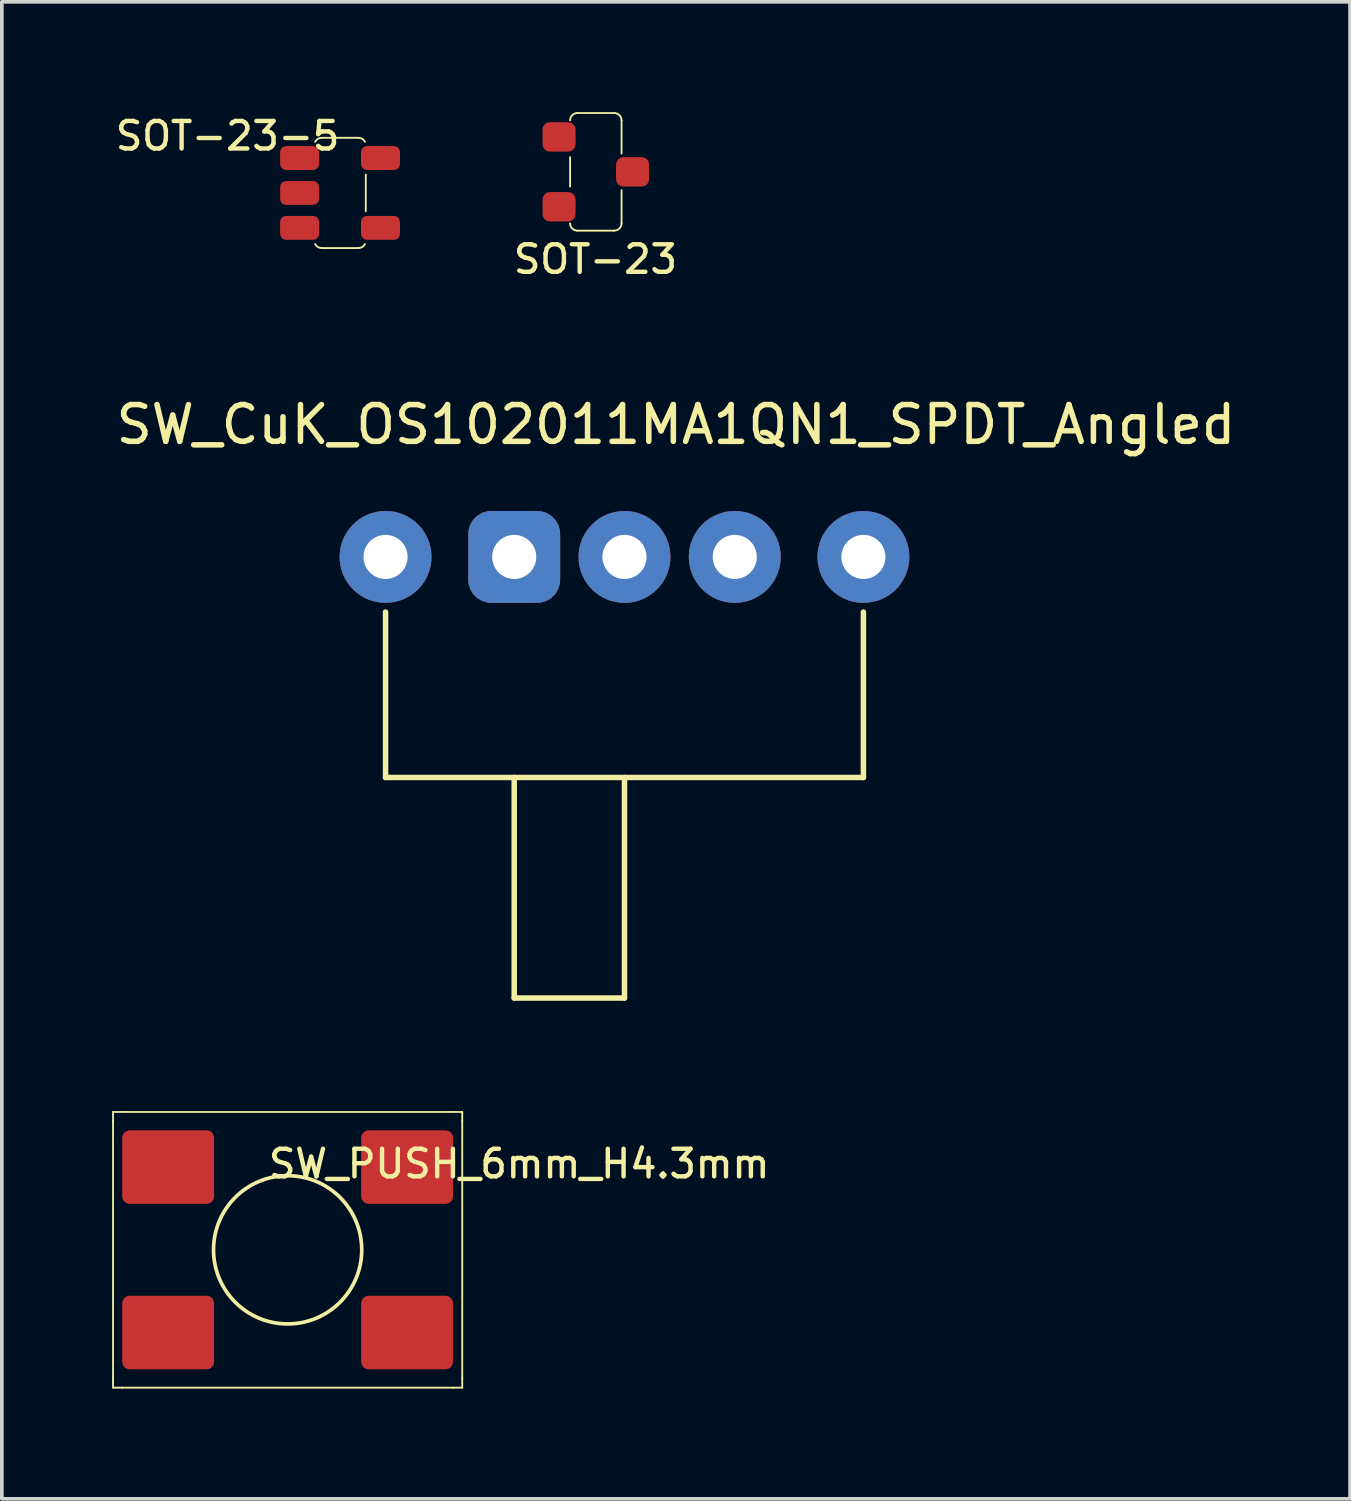
<source format=kicad_pcb>
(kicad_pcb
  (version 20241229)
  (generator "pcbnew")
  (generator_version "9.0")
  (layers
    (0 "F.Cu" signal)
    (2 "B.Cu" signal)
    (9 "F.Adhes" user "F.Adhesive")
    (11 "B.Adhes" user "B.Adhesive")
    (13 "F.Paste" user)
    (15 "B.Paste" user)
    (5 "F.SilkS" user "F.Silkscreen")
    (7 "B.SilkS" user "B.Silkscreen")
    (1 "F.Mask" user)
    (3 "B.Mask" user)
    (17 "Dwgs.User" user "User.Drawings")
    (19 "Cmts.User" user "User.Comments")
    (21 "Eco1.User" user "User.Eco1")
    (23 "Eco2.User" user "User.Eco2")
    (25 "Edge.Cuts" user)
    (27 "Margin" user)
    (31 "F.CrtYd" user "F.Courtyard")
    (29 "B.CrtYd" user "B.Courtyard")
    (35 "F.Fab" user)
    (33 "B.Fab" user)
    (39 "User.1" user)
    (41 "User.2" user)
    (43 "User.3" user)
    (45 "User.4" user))
  (footprint "SOT-23-5"
    (layer "F.Cu")
    (at 6.201 2.199)
    (property "Reference" "SOT-23-5" (at -3.06 -1.55 0) (layer "F.SilkS") (effects (font (size 0.75 0.75) (thickness 0.12))))
    (attr smd)
    (fp_line (start -0.5 -1.5) (end 0.5 -1.5) (stroke (width 0.05) (type solid)) (layer "F.SilkS"))
    (fp_line (start 0.5 1.5) (end -0.5 1.5) (stroke (width 0.05) (type solid)) (layer "F.SilkS"))
    (fp_line (start 0.7 -0.5) (end 0.7 0.5) (stroke (width 0.05) (type solid)) (layer "F.SilkS"))
    (fp_arc (start -0.678885 -1.389443) (mid -0.605033 -1.469947) (end -0.5 -1.5) (stroke (width 0.05) (type solid)) (layer "F.SilkS"))
    (fp_arc (start -0.5 1.5) (mid -0.605372 1.470496) (end -0.678885 1.389443) (stroke (width 0.05) (type solid)) (layer "F.SilkS"))
    (fp_arc (start 0.5 -1.5) (mid 0.605146 -1.47013) (end 0.678885 -1.389443) (stroke (width 0.05) (type solid)) (layer "F.SilkS"))
    (fp_arc (start 0.678885 1.389443) (mid 0.605033 1.469947) (end 0.5 1.5) (stroke (width 0.05) (type solid)) (layer "F.SilkS"))
    (pad "1" smd roundrect (at -1.1 -0.95) (size 1.06 0.65) (layers "F.Cu" "F.Mask" "F.Paste") (roundrect_rratio 0.25))
    (pad "2" smd roundrect (at -1.1 0) (size 1.06 0.65) (layers "F.Cu" "F.Mask" "F.Paste") (roundrect_rratio 0.25))
    (pad "3" smd roundrect (at -1.1 0.95) (size 1.06 0.65) (layers "F.Cu" "F.Mask" "F.Paste") (roundrect_rratio 0.25))
    (pad "4" smd roundrect (at 1.1 0.95) (size 1.06 0.65) (layers "F.Cu" "F.Mask" "F.Paste") (roundrect_rratio 0.25))
    (pad "5" smd roundrect (at 1.1 -0.95) (size 1.06 0.65) (layers "F.Cu" "F.Mask" "F.Paste") (roundrect_rratio 0.25)))
  (footprint "SOT-23"
    (layer "F.Cu")
    (at 13.159 1.625)
    (property "Reference" "SOT-23" (at -0.01 2.379 180) (layer "F.SilkS") (effects (font (size 0.75 0.75) (thickness 0.12))))
    (attr smd)
    (fp_line (start -0.7 -0.4) (end -0.7 0.4) (stroke (width 0.05) (type solid)) (layer "F.SilkS"))
    (fp_line (start -0.5 1.6) (end 0.5 1.6) (stroke (width 0.05) (type solid)) (layer "F.SilkS"))
    (fp_line (start 0.5 -1.6) (end -0.5 -1.6) (stroke (width 0.05) (type solid)) (layer "F.SilkS"))
    (fp_line (start 0.7 -0.5) (end 0.7 -1.4) (stroke (width 0.05) (type solid)) (layer "F.SilkS"))
    (fp_line (start 0.7 1.4) (end 0.7 0.5) (stroke (width 0.05) (type solid)) (layer "F.SilkS"))
    (fp_arc (start -0.7 -1.4) (mid -0.641421 -1.541421) (end -0.5 -1.6) (stroke (width 0.05) (type solid)) (layer "F.SilkS"))
    (fp_arc (start -0.5 1.6) (mid -0.641421 1.541421) (end -0.7 1.4) (stroke (width 0.05) (type solid)) (layer "F.SilkS"))
    (fp_arc (start 0.5 -1.6) (mid 0.641421 -1.541421) (end 0.7 -1.4) (stroke (width 0.05) (type solid)) (layer "F.SilkS"))
    (fp_arc (start 0.7 1.4) (mid 0.641421 1.541421) (end 0.5 1.6) (stroke (width 0.05) (type solid)) (layer "F.SilkS"))
    (pad "1" smd roundrect (at -1 -0.95) (size 0.9 0.8) (layers "F.Cu" "F.Mask" "F.Paste") (roundrect_rratio 0.25))
    (pad "2" smd roundrect (at -1 0.95) (size 0.9 0.8) (layers "F.Cu" "F.Mask" "F.Paste") (roundrect_rratio 0.25))
    (pad "3" smd roundrect (at 1 0) (size 0.9 0.8) (layers "F.Cu" "F.Mask" "F.Paste") (roundrect_rratio 0.25)))
  (footprint "SW_PUSH_6mm_H4.3mm"
    (layer "F.Cu")
    (at 4.775 30.951)
    (property "Reference" "SW_PUSH_6mm_H4.3mm" (at 6.3 -2.34 0) (layer "F.SilkS") (effects (font (size 0.75 0.75) (thickness 0.12))))
    (attr through_hole)
    (fp_line (start -4.75 -3.75) (end -4.5 -3.75) (stroke (width 0.05) (type solid)) (layer "F.SilkS"))
    (fp_line (start -4.75 -3.5) (end -4.75 -3.75) (stroke (width 0.05) (type solid)) (layer "F.SilkS"))
    (fp_line (start -4.75 3.5) (end -4.75 -3.5) (stroke (width 0.05) (type solid)) (layer "F.SilkS"))
    (fp_line (start -4.75 3.5) (end -4.75 3.75) (stroke (width 0.05) (type solid)) (layer "F.SilkS"))
    (fp_line (start -4.75 3.75) (end -4.5 3.75) (stroke (width 0.05) (type solid)) (layer "F.SilkS"))
    (fp_line (start -4.5 -3.75) (end 4.5 -3.75) (stroke (width 0.05) (type solid)) (layer "F.SilkS"))
    (fp_line (start 4.5 -3.75) (end 4.75 -3.75) (stroke (width 0.05) (type solid)) (layer "F.SilkS"))
    (fp_line (start 4.5 3.75) (end -4.5 3.75) (stroke (width 0.05) (type solid)) (layer "F.SilkS"))
    (fp_line (start 4.5 3.75) (end 4.75 3.75) (stroke (width 0.05) (type solid)) (layer "F.SilkS"))
    (fp_line (start 4.75 -3.75) (end 4.75 -3.5) (stroke (width 0.05) (type solid)) (layer "F.SilkS"))
    (fp_line (start 4.75 -3.5) (end 4.75 3.5) (stroke (width 0.05) (type solid)) (layer "F.SilkS"))
    (fp_line (start 4.75 3.75) (end 4.75 3.5) (stroke (width 0.05) (type solid)) (layer "F.SilkS"))
    (fp_circle (center 0 0) (end 2.016 0) (stroke (width 0.1) (type solid)) (fill no) (layer "F.SilkS"))
    (pad "1" smd roundrect (at -3.25 -2.25) (size 2.5 2) (layers "F.Cu" "F.Mask" "F.Paste") (roundrect_rratio 0.1))
    (pad "1" smd roundrect (at 3.25 -2.25) (size 2.5 2) (layers "F.Cu" "F.Mask" "F.Paste") (roundrect_rratio 0.1))
    (pad "2" smd roundrect (at -3.25 2.25) (size 2.5 2) (layers "F.Cu" "F.Mask" "F.Paste") (roundrect_rratio 0.1))
    (pad "2" smd roundrect (at 3.25 2.25) (size 2.5 2) (layers "F.Cu" "F.Mask" "F.Paste") (roundrect_rratio 0.1)))
  (footprint "SW_CuK_OS102011MA1QN1_SPDT_Angled"
    (layer "F.Cu")
    (at 13.939 12.101)
    (property "Reference" "SW_CuK_OS102011MA1QN1_SPDT_Angled" (at 1.4 -3.6 0) (layer "F.SilkS") (effects (font (size 1 1) (thickness 0.15))))
    (attr through_hole)
    (fp_line (start -6.5 1.5) (end -6.5 6) (stroke (width 0.15) (type solid)) (layer "F.SilkS"))
    (fp_line (start -6.5 6) (end 6.5 6) (stroke (width 0.15) (type solid)) (layer "F.SilkS"))
    (fp_line (start -3 6) (end -3 12) (stroke (width 0.15) (type solid)) (layer "F.SilkS"))
    (fp_line (start -3 12) (end 0 12) (stroke (width 0.15) (type solid)) (layer "F.SilkS"))
    (fp_line (start 0 6) (end 0 12) (stroke (width 0.15) (type solid)) (layer "F.SilkS"))
    (fp_line (start 6.5 1.5) (end 6.5 6) (stroke (width 0.15) (type solid)) (layer "F.SilkS"))
    (pad "1" thru_hole roundrect (at -3 0) (size 2.5 2.5) (drill 1.2) (layers "*.Cu" "*.Mask") (roundrect_rratio 0.25))
    (pad "2" thru_hole oval (at 0 0) (size 2.5 2.5) (drill 1.2) (layers "*.Cu" "*.Mask"))
    (pad "3" thru_hole oval (at 3 0) (size 2.5 2.5) (drill 1.2) (layers "*.Cu" "*.Mask"))
    (pad "4" thru_hole oval (at -6.5 0) (size 2.5 2.5) (drill 1.2) (layers "*.Cu" "*.Mask"))
    (pad "4" thru_hole oval (at 6.5 0) (size 2.5 2.5) (drill 1.2) (layers "*.Cu" "*.Mask")))
  (gr_rect
    (start -3 -3)
    (end 33.679 37.726)
    (stroke (width 0.1) (type default))
    (fill no)
    (layer "Edge.Cuts")))
</source>
